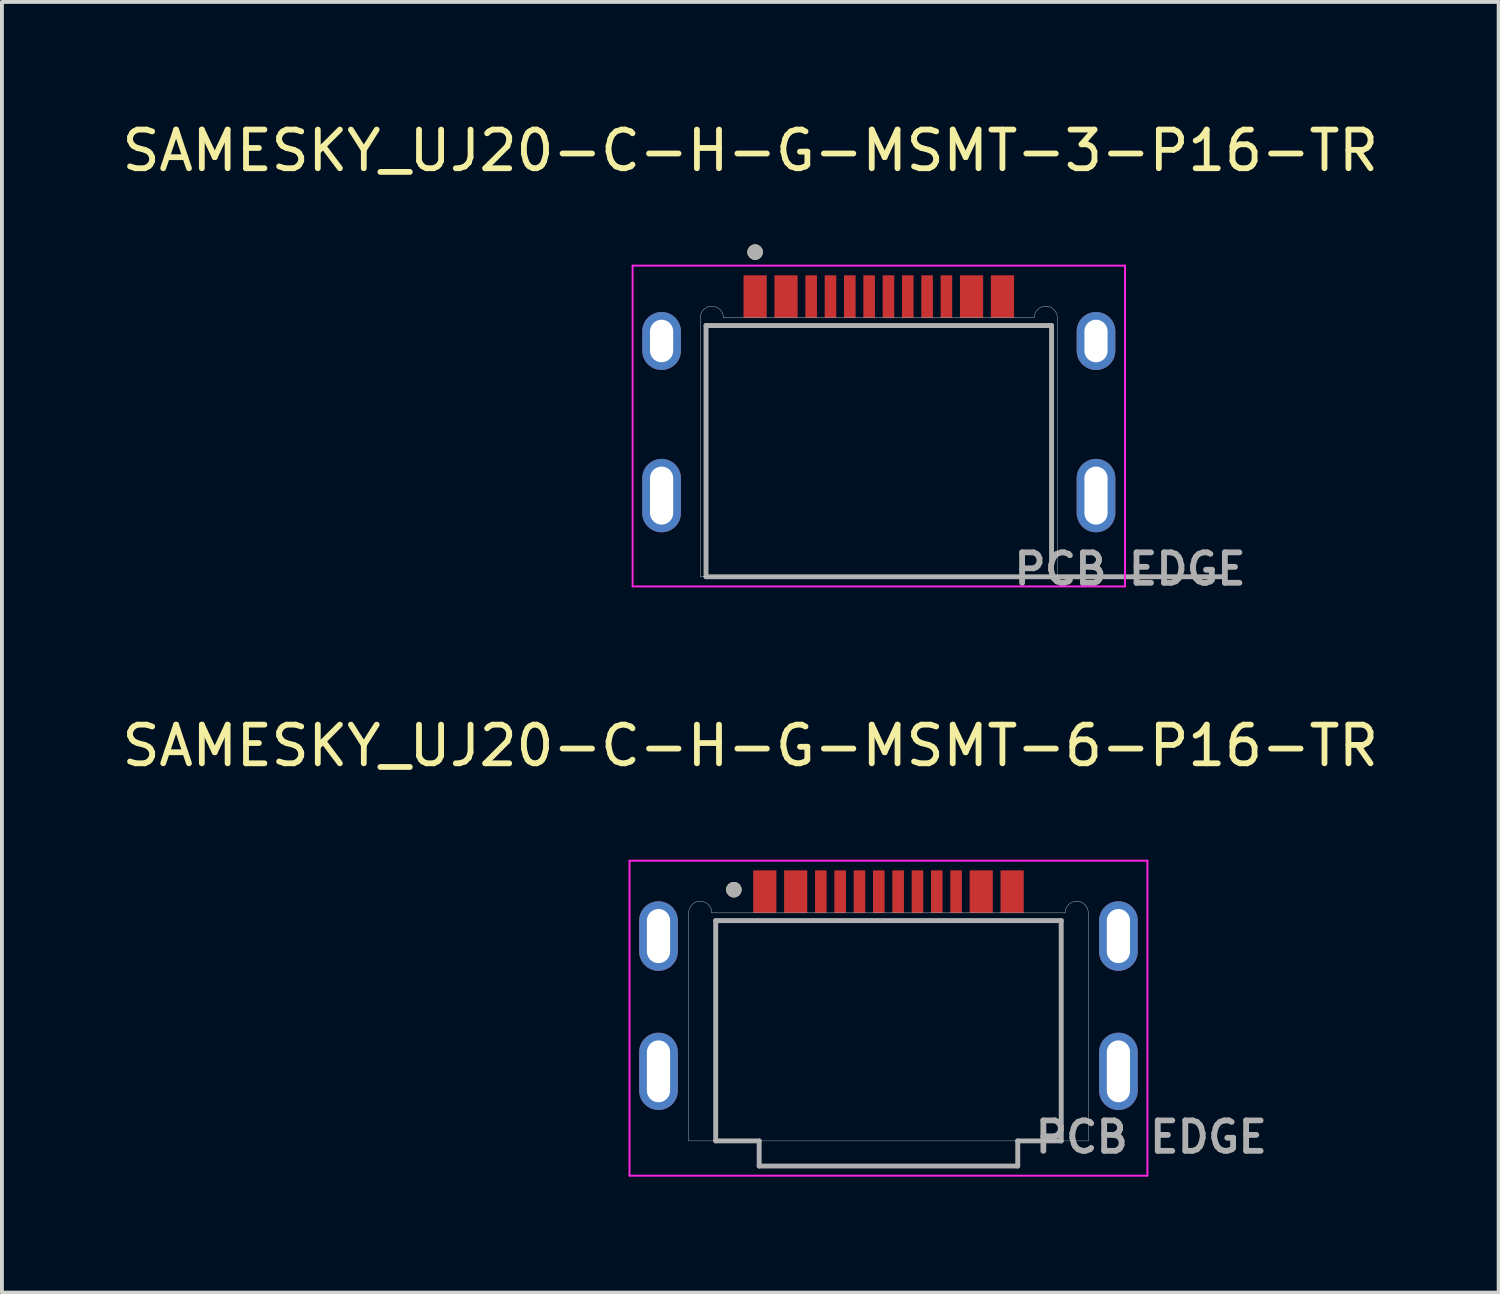
<source format=kicad_pcb>
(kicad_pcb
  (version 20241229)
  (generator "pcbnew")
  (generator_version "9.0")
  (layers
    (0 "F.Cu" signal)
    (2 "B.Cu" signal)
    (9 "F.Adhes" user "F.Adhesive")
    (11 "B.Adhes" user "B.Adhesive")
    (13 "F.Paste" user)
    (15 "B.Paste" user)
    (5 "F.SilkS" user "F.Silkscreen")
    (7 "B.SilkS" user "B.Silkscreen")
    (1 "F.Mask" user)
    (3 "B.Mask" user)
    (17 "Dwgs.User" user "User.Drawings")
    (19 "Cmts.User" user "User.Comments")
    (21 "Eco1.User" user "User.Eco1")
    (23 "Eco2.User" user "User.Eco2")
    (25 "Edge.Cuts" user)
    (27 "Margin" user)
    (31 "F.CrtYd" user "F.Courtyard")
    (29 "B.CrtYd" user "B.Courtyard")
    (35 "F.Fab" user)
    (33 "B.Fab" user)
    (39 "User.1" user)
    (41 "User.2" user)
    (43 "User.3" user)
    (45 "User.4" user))
  (footprint "SAMESKY_UJ20-C-H-G-MSMT-3-P16-TR"
    (layer "F.Cu")
    (at 19.688 11.873)
    (property "Reference" "SAMESKY_UJ20-C-H-G-MSMT-3-P16-TR" (at -3.325 -11.025 0) (layer "F.SilkS") (effects (font (size 1 1) (thickness 0.15))))
    (attr smd)
    (fp_circle (center -3.2 -8.4) (end -3.1 -8.4) (stroke (width 0.2) (type solid)) (fill no) (layer "F.SilkS"))
    (fp_line (start -4.62 0) (end -4.62 -6.7) (stroke (width 0.01) (type solid)) (layer "Edge.Cuts"))
    (fp_line (start -4.02 -6.7) (end 4.02 -6.7) (stroke (width 0.01) (type solid)) (layer "Edge.Cuts"))
    (fp_line (start 4.62 -6.7) (end 4.62 0) (stroke (width 0.01) (type solid)) (layer "Edge.Cuts"))
    (fp_line (start 4.62 0) (end -4.62 0) (stroke (width 0.01) (type solid)) (layer "Edge.Cuts"))
    (fp_arc (start -4.62 -6.7) (mid -4.532132 -6.912132) (end -4.32 -7) (stroke (width 0.01) (type solid)) (layer "Edge.Cuts"))
    (fp_arc (start -4.32 -7) (mid -4.107868 -6.912132) (end -4.02 -6.7) (stroke (width 0.01) (type solid)) (layer "Edge.Cuts"))
    (fp_arc (start 4.02 -6.7) (mid 4.107868 -6.912132) (end 4.32 -7) (stroke (width 0.01) (type solid)) (layer "Edge.Cuts"))
    (fp_arc (start 4.32 -7) (mid 4.532132 -6.912132) (end 4.62 -6.7) (stroke (width 0.01) (type solid)) (layer "Edge.Cuts"))
    (fp_line (start -6.37 -8.05) (end -6.37 0.25) (stroke (width 0.05) (type solid)) (layer "F.CrtYd"))
    (fp_line (start -6.37 0.25) (end 6.37 0.25) (stroke (width 0.05) (type solid)) (layer "F.CrtYd"))
    (fp_line (start 6.37 -8.05) (end -6.37 -8.05) (stroke (width 0.05) (type solid)) (layer "F.CrtYd"))
    (fp_line (start 6.37 0.25) (end 6.37 -8.05) (stroke (width 0.05) (type solid)) (layer "F.CrtYd"))
    (fp_line (start -4.47 -6.5) (end -4.47 0) (stroke (width 0.127) (type solid)) (layer "F.Fab"))
    (fp_line (start -4.47 0) (end 4.47 0) (stroke (width 0.127) (type solid)) (layer "F.Fab"))
    (fp_line (start 4.47 -6.5) (end -4.47 -6.5) (stroke (width 0.127) (type solid)) (layer "F.Fab"))
    (fp_line (start 4.47 0) (end 4.47 -6.5) (stroke (width 0.127) (type solid)) (layer "F.Fab"))
    (fp_line (start 4.47 0) (end 8.9 0) (stroke (width 0.127) (type solid)) (layer "F.Fab"))
    (fp_circle (center -3.2 -8.4) (end -3.1 -8.4) (stroke (width 0.2) (type solid)) (fill no) (layer "F.Fab"))
    (fp_text user "PCB EDGE" (at 6.5 -0.2 0) (layer "F.Fab") (effects (font (size 0.787 0.787) (thickness 0.15))))
    (pad "A1_B12" smd rect (at -3.2 -7.25) (size 0.6 1.1) (layers "F.Cu" "F.Mask" "F.Paste"))
    (pad "A4_B9" smd rect (at -2.4 -7.25) (size 0.6 1.1) (layers "F.Cu" "F.Mask" "F.Paste"))
    (pad "A5" smd rect (at -1.25 -7.25) (size 0.3 1.1) (layers "F.Cu" "F.Mask" "F.Paste"))
    (pad "A6" smd rect (at -0.25 -7.25) (size 0.3 1.1) (layers "F.Cu" "F.Mask" "F.Paste"))
    (pad "A7" smd rect (at 0.25 -7.25) (size 0.3 1.1) (layers "F.Cu" "F.Mask" "F.Paste"))
    (pad "A8" smd rect (at 1.25 -7.25) (size 0.3 1.1) (layers "F.Cu" "F.Mask" "F.Paste"))
    (pad "B1_A12" smd rect (at 3.2 -7.25) (size 0.6 1.1) (layers "F.Cu" "F.Mask" "F.Paste"))
    (pad "B4_A9" smd rect (at 2.4 -7.25) (size 0.6 1.1) (layers "F.Cu" "F.Mask" "F.Paste"))
    (pad "B5" smd rect (at 1.75 -7.25) (size 0.3 1.1) (layers "F.Cu" "F.Mask" "F.Paste"))
    (pad "B6" smd rect (at 0.75 -7.25) (size 0.3 1.1) (layers "F.Cu" "F.Mask" "F.Paste"))
    (pad "B7" smd rect (at -0.75 -7.25) (size 0.3 1.1) (layers "F.Cu" "F.Mask" "F.Paste"))
    (pad "B8" smd rect (at -1.75 -7.25) (size 0.3 1.1) (layers "F.Cu" "F.Mask" "F.Paste"))
    (pad "SH1" thru_hole oval (at -5.62 -6.1) (size 1 1.5) (drill oval 0.6 1.1) (layers "*.Cu" "*.Mask"))
    (pad "SH2" thru_hole oval (at 5.62 -6.1) (size 1 1.5) (drill oval 0.6 1.1) (layers "*.Cu" "*.Mask"))
    (pad "SH3" thru_hole oval (at -5.62 -2.1) (size 1 1.9) (drill oval 0.6 1.5) (layers "*.Cu" "*.Mask"))
    (pad "SH4" thru_hole oval (at 5.62 -2.1) (size 1 1.9) (drill oval 0.6 1.5) (layers "*.Cu" "*.Mask")))
  (footprint "SAMESKY_UJ20-C-H-G-MSMT-6-P16-TR"
    (layer "F.Cu")
    (at 19.938 26.47)
    (property "Reference" "SAMESKY_UJ20-C-H-G-MSMT-6-P16-TR" (at -3.575 -10.225 0) (layer "F.SilkS") (effects (font (size 1 1) (thickness 0.15))))
    (attr smd)
    (fp_circle (center -4 -6.5) (end -3.9 -6.5) (stroke (width 0.2) (type solid)) (fill no) (layer "F.SilkS"))
    (fp_line (start -5.17 -5.9) (end -5.17 0) (stroke (width 0.01) (type solid)) (layer "Edge.Cuts"))
    (fp_line (start -5.17 0) (end 5.17 0) (stroke (width 0.01) (type solid)) (layer "Edge.Cuts"))
    (fp_line (start 4.57 -5.9) (end -4.57 -5.9) (stroke (width 0.01) (type solid)) (layer "Edge.Cuts"))
    (fp_line (start 5.17 0) (end 5.17 -5.9) (stroke (width 0.01) (type solid)) (layer "Edge.Cuts"))
    (fp_arc (start -5.17 -5.9) (mid -5.082132 -6.112132) (end -4.87 -6.2) (stroke (width 0.01) (type solid)) (layer "Edge.Cuts"))
    (fp_arc (start -4.87 -6.2) (mid -4.657868 -6.112132) (end -4.57 -5.9) (stroke (width 0.01) (type solid)) (layer "Edge.Cuts"))
    (fp_arc (start 4.57 -5.9) (mid 4.657868 -6.112132) (end 4.87 -6.2) (stroke (width 0.01) (type solid)) (layer "Edge.Cuts"))
    (fp_arc (start 4.87 -6.2) (mid 5.082132 -6.112132) (end 5.17 -5.9) (stroke (width 0.01) (type solid)) (layer "Edge.Cuts"))
    (fp_line (start -6.7 -7.25) (end -6.7 0.9) (stroke (width 0.05) (type solid)) (layer "F.CrtYd"))
    (fp_line (start -6.7 0.9) (end 6.7 0.9) (stroke (width 0.05) (type solid)) (layer "F.CrtYd"))
    (fp_line (start 6.7 -7.25) (end -6.7 -7.25) (stroke (width 0.05) (type solid)) (layer "F.CrtYd"))
    (fp_line (start 6.7 0.9) (end 6.7 -7.25) (stroke (width 0.05) (type solid)) (layer "F.CrtYd"))
    (fp_line (start -4.47 -5.7) (end -4.47 0) (stroke (width 0.127) (type solid)) (layer "F.Fab"))
    (fp_line (start -4.47 0) (end -3.345 0) (stroke (width 0.127) (type solid)) (layer "F.Fab"))
    (fp_line (start -3.345 0) (end -3.345 0.65) (stroke (width 0.127) (type solid)) (layer "F.Fab"))
    (fp_line (start -3.345 0.65) (end 3.345 0.65) (stroke (width 0.127) (type solid)) (layer "F.Fab"))
    (fp_line (start 3.345 0) (end 4.47 0) (stroke (width 0.127) (type solid)) (layer "F.Fab"))
    (fp_line (start 3.345 0.65) (end 3.345 0) (stroke (width 0.127) (type solid)) (layer "F.Fab"))
    (fp_line (start 4.47 -5.7) (end -4.47 -5.7) (stroke (width 0.127) (type solid)) (layer "F.Fab"))
    (fp_line (start 4.47 0) (end 4.47 -5.7) (stroke (width 0.127) (type solid)) (layer "F.Fab"))
    (fp_circle (center -4 -6.5) (end -3.9 -6.5) (stroke (width 0.2) (type solid)) (fill no) (layer "F.Fab"))
    (fp_text user "PCB EDGE" (at 6.8 -0.1 0) (layer "F.Fab") (effects (font (size 0.787 0.787) (thickness 0.15))))
    (pad "A1_B12" smd rect (at -3.2 -6.45) (size 0.6 1.1) (layers "F.Cu" "F.Mask" "F.Paste"))
    (pad "A4_B9" smd rect (at -2.4 -6.45) (size 0.6 1.1) (layers "F.Cu" "F.Mask" "F.Paste"))
    (pad "A5" smd rect (at -1.25 -6.45) (size 0.3 1.1) (layers "F.Cu" "F.Mask" "F.Paste"))
    (pad "A6" smd rect (at -0.25 -6.45) (size 0.3 1.1) (layers "F.Cu" "F.Mask" "F.Paste"))
    (pad "A7" smd rect (at 0.25 -6.45) (size 0.3 1.1) (layers "F.Cu" "F.Mask" "F.Paste"))
    (pad "A8" smd rect (at 1.25 -6.45) (size 0.3 1.1) (layers "F.Cu" "F.Mask" "F.Paste"))
    (pad "B1_A12" smd rect (at 3.2 -6.45) (size 0.6 1.1) (layers "F.Cu" "F.Mask" "F.Paste"))
    (pad "B4_A9" smd rect (at 2.4 -6.45) (size 0.6 1.1) (layers "F.Cu" "F.Mask" "F.Paste"))
    (pad "B5" smd rect (at 1.75 -6.45) (size 0.3 1.1) (layers "F.Cu" "F.Mask" "F.Paste"))
    (pad "B6" smd rect (at 0.75 -6.45) (size 0.3 1.1) (layers "F.Cu" "F.Mask" "F.Paste"))
    (pad "B7" smd rect (at -0.75 -6.45) (size 0.3 1.1) (layers "F.Cu" "F.Mask" "F.Paste"))
    (pad "B8" smd rect (at -1.75 -6.45) (size 0.3 1.1) (layers "F.Cu" "F.Mask" "F.Paste"))
    (pad "SH1" thru_hole oval (at -5.95 -5.3) (size 1 1.8) (drill oval 0.6 1.4) (layers "*.Cu" "*.Mask"))
    (pad "SH2" thru_hole oval (at 5.95 -5.3) (size 1 1.8) (drill oval 0.6 1.4) (layers "*.Cu" "*.Mask"))
    (pad "SH3" thru_hole oval (at -5.95 -1.8) (size 1 2) (drill oval 0.6 1.6) (layers "*.Cu" "*.Mask"))
    (pad "SH4" thru_hole oval (at 5.95 -1.8) (size 1 2) (drill oval 0.6 1.6) (layers "*.Cu" "*.Mask")))
  (gr_rect
    (start -3 -3)
    (end 35.726 30.395)
    (stroke (width 0.1) (type default))
    (fill no)
    (layer "Edge.Cuts")))
</source>
